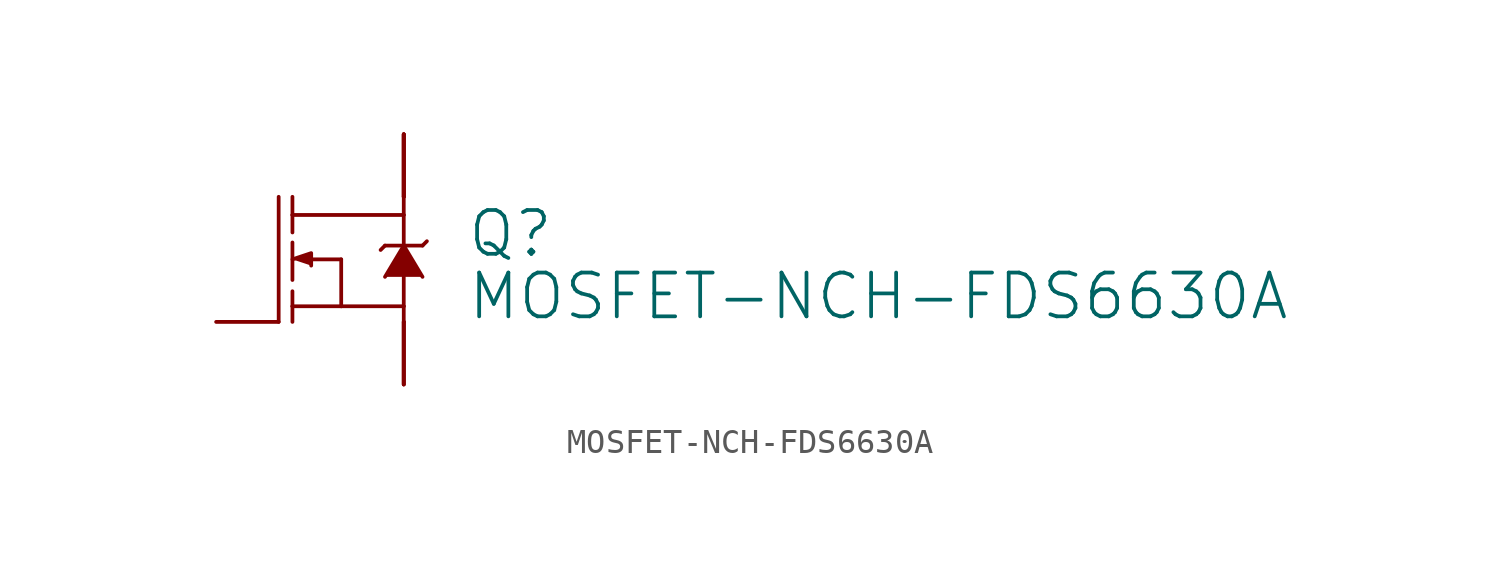
<source format=kicad_sym>
(kicad_symbol_lib
  (version 20211014)
  (generator kicad_symbol_editor)
  (symbol "MOSFET-NCH-FDS6630A"
    (pin_names
      (offset 1.016))
    (property "Reference" "Q"
      (at 5.08 0 0)
      (effects (font (size 1.778 1.778)) (justify left bottom)))
    (property "Value" "MOSFET-NCH-FDS6630A"
      (at 5.08 -2.54 0)
      (effects (font (size 1.778 1.778)) (justify left bottom)))
    (property "ki_locked" ""
      (at 0 0 0)
      (effects (font (size 1.27 1.27))))
    (symbol "MOSFET-NCH-FDS6630A_1_0"
      (polyline (pts (xy -2.54 -2.54) (xy -2.54 2.54)) (stroke (width 0) (type default) (color 0 0 0 0)) (fill (type none)))
      (polyline (pts (xy -1.981 -1.905) (xy -1.981 -2.54)) (stroke (width 0) (type default) (color 0 0 0 0)) (fill (type none)))
      (polyline (pts (xy -1.981 -1.905) (xy 0 -1.905)) (stroke (width 0) (type default) (color 0 0 0 0)) (fill (type none)))
      (polyline (pts (xy -1.981 -1.295) (xy -1.981 -1.905)) (stroke (width 0) (type default) (color 0 0 0 0)) (fill (type none)))
      (polyline (pts (xy -1.981 0.686) (xy -1.981 -0.838)) (stroke (width 0) (type default) (color 0 0 0 0)) (fill (type none)))
      (polyline (pts (xy -1.981 1.803) (xy -1.981 1.092)) (stroke (width 0) (type default) (color 0 0 0 0)) (fill (type none)))
      (polyline (pts (xy -1.981 1.803) (xy 2.54 1.803)) (stroke (width 0) (type default) (color 0 0 0 0)) (fill (type none)))
      (polyline (pts (xy -1.981 2.54) (xy -1.981 1.803)) (stroke (width 0) (type default) (color 0 0 0 0)) (fill (type none)))
      (polyline (pts (xy 0 -1.905) (xy 0 0)) (stroke (width 0) (type default) (color 0 0 0 0)) (fill (type none)))
      (polyline (pts (xy 0 0) (xy -1.219 0)) (stroke (width 0) (type default) (color 0 0 0 0)) (fill (type none)))
      (polyline (pts (xy 1.6 0.381) (xy 1.778 0.559)) (stroke (width 0) (type default) (color 0 0 0 0)) (fill (type none)))
      (polyline (pts (xy 2.54 -2.54) (xy 2.54 -1.905)) (stroke (width 0) (type default) (color 0 0 0 0)) (fill (type none)))
      (polyline (pts (xy 2.54 -1.905) (xy 0 -1.905)) (stroke (width 0) (type default) (color 0 0 0 0)) (fill (type none)))
      (polyline (pts (xy 2.54 -0.711) (xy 2.54 -1.905)) (stroke (width 0) (type default) (color 0 0 0 0)) (fill (type none)))
      (polyline (pts (xy 2.54 0.559) (xy 1.778 0.559)) (stroke (width 0) (type default) (color 0 0 0 0)) (fill (type none)))
      (polyline (pts (xy 2.54 0.559) (xy 3.302 0.559)) (stroke (width 0) (type default) (color 0 0 0 0)) (fill (type none)))
      (polyline (pts (xy 2.54 1.803) (xy 2.54 0.559)) (stroke (width 0) (type default) (color 0 0 0 0)) (fill (type none)))
      (polyline (pts (xy 2.54 2.54) (xy 2.54 1.803)) (stroke (width 0) (type default) (color 0 0 0 0)) (fill (type none)))
      (polyline (pts (xy 3.302 0.559) (xy 3.48 0.737)) (stroke (width 0) (type default) (color 0 0 0 0)) (fill (type none)))
      (polyline (pts (xy -1.981 0) (xy -1.219 0.254) (xy -1.219 -0.254)) (stroke (width 0) (type default) (color 0 0 0 0)) (fill (type outline)))
      (polyline (pts (xy 1.778 -0.711) (xy 2.54 0.559) (xy 3.302 -0.711)) (stroke (width 0) (type default) (color 0 0 0 0)) (fill (type outline)))
      (pin bidirectional line (at 2.54 -5.08 90) (length 2.54) (name "S" (effects (font (size 0 0)))) (number "1" (effects (font (size 0 0)))))
      (pin bidirectional line (at 2.54 -5.08 90) (length 2.54) (name "S" (effects (font (size 0 0)))) (number "2" (effects (font (size 0 0)))))
      (pin bidirectional line (at 2.54 -5.08 90) (length 2.54) (name "S" (effects (font (size 0 0)))) (number "3" (effects (font (size 0 0)))))
      (pin bidirectional line (at -5.08 -2.54 0) (length 2.54) (name "G" (effects (font (size 0 0)))) (number "4" (effects (font (size 0 0)))))
      (pin bidirectional line (at 2.54 5.08 270) (length 2.54) (name "D" (effects (font (size 0 0)))) (number "5" (effects (font (size 0 0)))))
      (pin bidirectional line (at 2.54 5.08 270) (length 2.54) (name "D" (effects (font (size 0 0)))) (number "6" (effects (font (size 0 0)))))
      (pin bidirectional line (at 2.54 5.08 270) (length 2.54) (name "D" (effects (font (size 0 0)))) (number "7" (effects (font (size 0 0)))))
      (pin bidirectional line (at 2.54 5.08 270) (length 2.54) (name "D" (effects (font (size 0 0)))) (number "8" (effects (font (size 0 0))))))))
</source>
